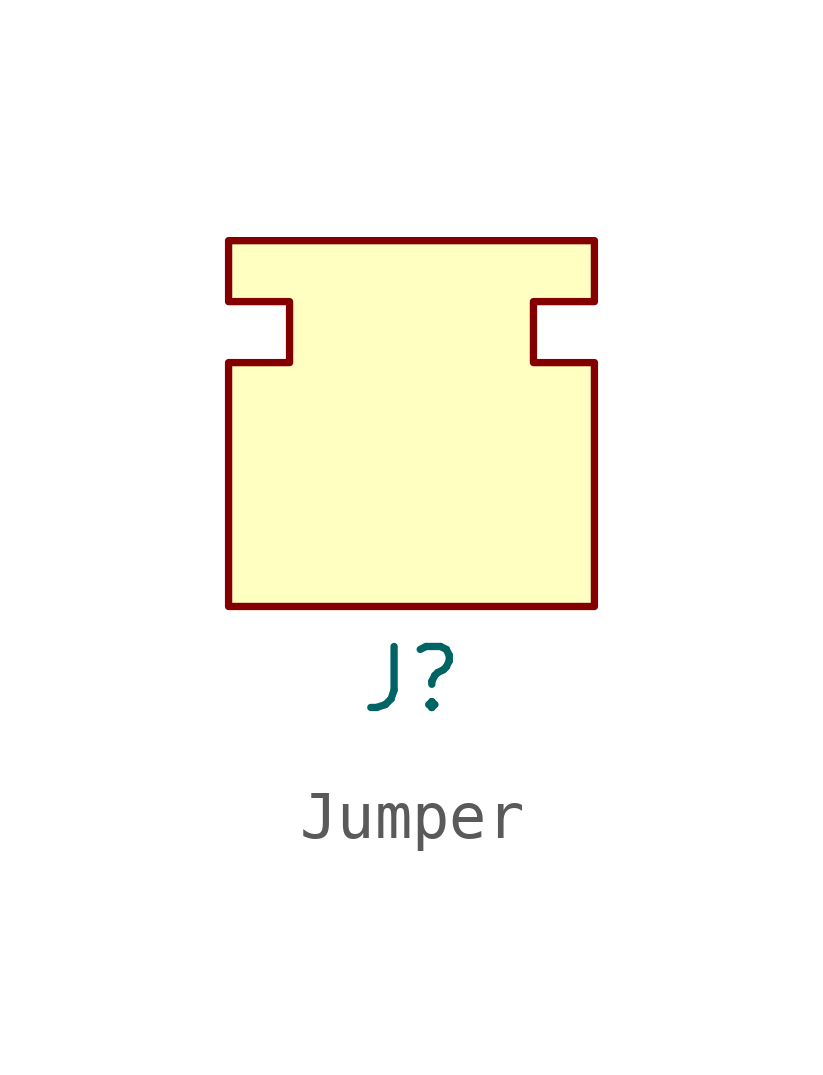
<source format=kicad_sym>
(kicad_symbol_lib
  (version 20241209)
  (generator "kicad_symbol_editor")
  (generator_version "9.0")
  (symbol "Jumper"
    (property "Reference" "J"
      (at 0 -2.794 0)
      (effects (font (size 1.27 1.27))))
    (property "Value" ""
      (at 0 0 0)
      (effects (font (size 1.27 1.27))))
    (symbol "Jumper_1_1"
      (polyline (pts (xy -3.81 -1.27) (xy 2.54 -1.27) (xy 3.81 -1.27) (xy 3.81 3.81) (xy 2.54 3.81) (xy 2.54 5.08) (xy 3.81 5.08) (xy 3.81 6.35) (xy -3.81 6.35) (xy -3.81 5.08) (xy -2.54 5.08) (xy -2.54 3.81) (xy -3.81 3.81) (xy -3.81 -1.27)) (stroke (width 0) (type solid)) (fill (type background))))))
</source>
